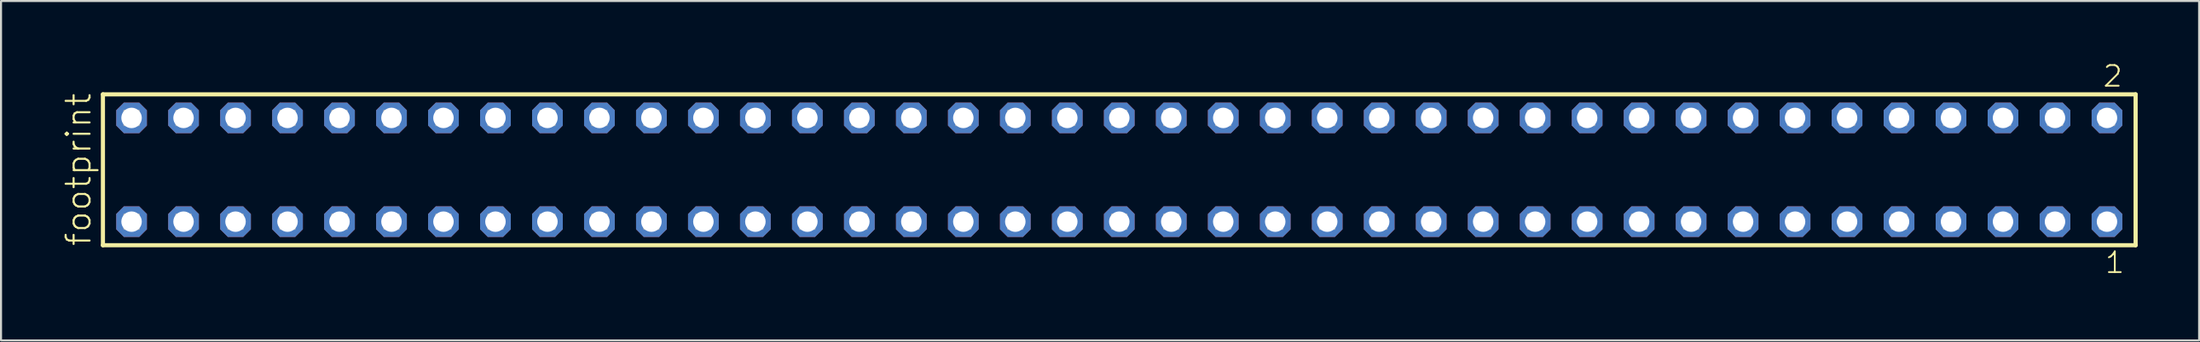
<source format=kicad_pcb>
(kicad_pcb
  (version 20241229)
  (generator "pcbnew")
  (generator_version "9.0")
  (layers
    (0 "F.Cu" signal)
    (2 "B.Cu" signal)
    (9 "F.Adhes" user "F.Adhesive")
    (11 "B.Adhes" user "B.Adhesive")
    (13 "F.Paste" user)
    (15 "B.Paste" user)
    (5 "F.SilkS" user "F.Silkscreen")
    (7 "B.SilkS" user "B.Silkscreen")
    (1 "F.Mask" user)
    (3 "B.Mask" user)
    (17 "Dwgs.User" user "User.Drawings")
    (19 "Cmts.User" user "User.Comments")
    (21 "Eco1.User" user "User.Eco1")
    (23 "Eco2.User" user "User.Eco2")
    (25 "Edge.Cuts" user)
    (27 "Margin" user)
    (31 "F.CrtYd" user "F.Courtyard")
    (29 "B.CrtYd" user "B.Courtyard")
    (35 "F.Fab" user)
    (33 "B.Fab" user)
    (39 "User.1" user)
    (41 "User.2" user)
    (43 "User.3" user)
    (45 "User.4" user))
  (footprint "footprint"
    (layer "F.Cu")
    (at 51.638 5.265)
    (property "Reference" "footprint" (at -50.165 3.81 90) (layer "F.SilkS") (effects (font (size 1.168 1.168) (thickness 0.102)) (justify left bottom)))
    (fp_line (start -49.659 -3.695) (end 49.659 -3.695) (stroke (width 0.203) (type solid)) (layer "F.SilkS"))
    (fp_line (start -49.659 3.695) (end -49.659 -3.695) (stroke (width 0.203) (type solid)) (layer "F.SilkS"))
    (fp_line (start 49.659 -3.695) (end 49.659 3.695) (stroke (width 0.203) (type solid)) (layer "F.SilkS"))
    (fp_line (start 49.659 3.695) (end -49.659 3.695) (stroke (width 0.203) (type solid)) (layer "F.SilkS"))
    (fp_poly (pts (xy -48.61 -2.19) (xy -47.91 -2.19) (xy -47.91 -2.89) (xy -48.61 -2.89)) (stroke (width 0.1) (type solid)) (fill no) (layer "F.Fab"))
    (fp_poly (pts (xy -48.61 2.89) (xy -47.91 2.89) (xy -47.91 2.19) (xy -48.61 2.19)) (stroke (width 0.1) (type solid)) (fill no) (layer "F.Fab"))
    (fp_poly (pts (xy -46.07 -2.19) (xy -45.37 -2.19) (xy -45.37 -2.89) (xy -46.07 -2.89)) (stroke (width 0.1) (type solid)) (fill no) (layer "F.Fab"))
    (fp_poly (pts (xy -46.07 2.89) (xy -45.37 2.89) (xy -45.37 2.19) (xy -46.07 2.19)) (stroke (width 0.1) (type solid)) (fill no) (layer "F.Fab"))
    (fp_poly (pts (xy -43.53 -2.19) (xy -42.83 -2.19) (xy -42.83 -2.89) (xy -43.53 -2.89)) (stroke (width 0.1) (type solid)) (fill no) (layer "F.Fab"))
    (fp_poly (pts (xy -43.53 2.89) (xy -42.83 2.89) (xy -42.83 2.19) (xy -43.53 2.19)) (stroke (width 0.1) (type solid)) (fill no) (layer "F.Fab"))
    (fp_poly (pts (xy -40.99 -2.19) (xy -40.29 -2.19) (xy -40.29 -2.89) (xy -40.99 -2.89)) (stroke (width 0.1) (type solid)) (fill no) (layer "F.Fab"))
    (fp_poly (pts (xy -40.99 2.89) (xy -40.29 2.89) (xy -40.29 2.19) (xy -40.99 2.19)) (stroke (width 0.1) (type solid)) (fill no) (layer "F.Fab"))
    (fp_poly (pts (xy -38.45 -2.19) (xy -37.75 -2.19) (xy -37.75 -2.89) (xy -38.45 -2.89)) (stroke (width 0.1) (type solid)) (fill no) (layer "F.Fab"))
    (fp_poly (pts (xy -38.45 2.89) (xy -37.75 2.89) (xy -37.75 2.19) (xy -38.45 2.19)) (stroke (width 0.1) (type solid)) (fill no) (layer "F.Fab"))
    (fp_poly (pts (xy -35.91 -2.19) (xy -35.21 -2.19) (xy -35.21 -2.89) (xy -35.91 -2.89)) (stroke (width 0.1) (type solid)) (fill no) (layer "F.Fab"))
    (fp_poly (pts (xy -35.91 2.89) (xy -35.21 2.89) (xy -35.21 2.19) (xy -35.91 2.19)) (stroke (width 0.1) (type solid)) (fill no) (layer "F.Fab"))
    (fp_poly (pts (xy -33.37 -2.19) (xy -32.67 -2.19) (xy -32.67 -2.89) (xy -33.37 -2.89)) (stroke (width 0.1) (type solid)) (fill no) (layer "F.Fab"))
    (fp_poly (pts (xy -33.37 2.89) (xy -32.67 2.89) (xy -32.67 2.19) (xy -33.37 2.19)) (stroke (width 0.1) (type solid)) (fill no) (layer "F.Fab"))
    (fp_poly (pts (xy -30.83 -2.19) (xy -30.13 -2.19) (xy -30.13 -2.89) (xy -30.83 -2.89)) (stroke (width 0.1) (type solid)) (fill no) (layer "F.Fab"))
    (fp_poly (pts (xy -30.83 2.89) (xy -30.13 2.89) (xy -30.13 2.19) (xy -30.83 2.19)) (stroke (width 0.1) (type solid)) (fill no) (layer "F.Fab"))
    (fp_poly (pts (xy -28.29 -2.19) (xy -27.59 -2.19) (xy -27.59 -2.89) (xy -28.29 -2.89)) (stroke (width 0.1) (type solid)) (fill no) (layer "F.Fab"))
    (fp_poly (pts (xy -28.29 2.89) (xy -27.59 2.89) (xy -27.59 2.19) (xy -28.29 2.19)) (stroke (width 0.1) (type solid)) (fill no) (layer "F.Fab"))
    (fp_poly (pts (xy -25.75 -2.19) (xy -25.05 -2.19) (xy -25.05 -2.89) (xy -25.75 -2.89)) (stroke (width 0.1) (type solid)) (fill no) (layer "F.Fab"))
    (fp_poly (pts (xy -25.75 2.89) (xy -25.05 2.89) (xy -25.05 2.19) (xy -25.75 2.19)) (stroke (width 0.1) (type solid)) (fill no) (layer "F.Fab"))
    (fp_poly (pts (xy -23.21 -2.19) (xy -22.51 -2.19) (xy -22.51 -2.89) (xy -23.21 -2.89)) (stroke (width 0.1) (type solid)) (fill no) (layer "F.Fab"))
    (fp_poly (pts (xy -23.21 2.89) (xy -22.51 2.89) (xy -22.51 2.19) (xy -23.21 2.19)) (stroke (width 0.1) (type solid)) (fill no) (layer "F.Fab"))
    (fp_poly (pts (xy -20.67 -2.19) (xy -19.97 -2.19) (xy -19.97 -2.89) (xy -20.67 -2.89)) (stroke (width 0.1) (type solid)) (fill no) (layer "F.Fab"))
    (fp_poly (pts (xy -20.67 2.89) (xy -19.97 2.89) (xy -19.97 2.19) (xy -20.67 2.19)) (stroke (width 0.1) (type solid)) (fill no) (layer "F.Fab"))
    (fp_poly (pts (xy -18.13 -2.19) (xy -17.43 -2.19) (xy -17.43 -2.89) (xy -18.13 -2.89)) (stroke (width 0.1) (type solid)) (fill no) (layer "F.Fab"))
    (fp_poly (pts (xy -18.13 2.89) (xy -17.43 2.89) (xy -17.43 2.19) (xy -18.13 2.19)) (stroke (width 0.1) (type solid)) (fill no) (layer "F.Fab"))
    (fp_poly (pts (xy -15.59 -2.19) (xy -14.89 -2.19) (xy -14.89 -2.89) (xy -15.59 -2.89)) (stroke (width 0.1) (type solid)) (fill no) (layer "F.Fab"))
    (fp_poly (pts (xy -15.59 2.89) (xy -14.89 2.89) (xy -14.89 2.19) (xy -15.59 2.19)) (stroke (width 0.1) (type solid)) (fill no) (layer "F.Fab"))
    (fp_poly (pts (xy -13.05 -2.19) (xy -12.35 -2.19) (xy -12.35 -2.89) (xy -13.05 -2.89)) (stroke (width 0.1) (type solid)) (fill no) (layer "F.Fab"))
    (fp_poly (pts (xy -13.05 2.89) (xy -12.35 2.89) (xy -12.35 2.19) (xy -13.05 2.19)) (stroke (width 0.1) (type solid)) (fill no) (layer "F.Fab"))
    (fp_poly (pts (xy -10.51 -2.19) (xy -9.81 -2.19) (xy -9.81 -2.89) (xy -10.51 -2.89)) (stroke (width 0.1) (type solid)) (fill no) (layer "F.Fab"))
    (fp_poly (pts (xy -10.51 2.89) (xy -9.81 2.89) (xy -9.81 2.19) (xy -10.51 2.19)) (stroke (width 0.1) (type solid)) (fill no) (layer "F.Fab"))
    (fp_poly (pts (xy -7.97 -2.19) (xy -7.27 -2.19) (xy -7.27 -2.89) (xy -7.97 -2.89)) (stroke (width 0.1) (type solid)) (fill no) (layer "F.Fab"))
    (fp_poly (pts (xy -7.97 2.89) (xy -7.27 2.89) (xy -7.27 2.19) (xy -7.97 2.19)) (stroke (width 0.1) (type solid)) (fill no) (layer "F.Fab"))
    (fp_poly (pts (xy -5.43 -2.19) (xy -4.73 -2.19) (xy -4.73 -2.89) (xy -5.43 -2.89)) (stroke (width 0.1) (type solid)) (fill no) (layer "F.Fab"))
    (fp_poly (pts (xy -5.43 2.89) (xy -4.73 2.89) (xy -4.73 2.19) (xy -5.43 2.19)) (stroke (width 0.1) (type solid)) (fill no) (layer "F.Fab"))
    (fp_poly (pts (xy -2.89 -2.19) (xy -2.19 -2.19) (xy -2.19 -2.89) (xy -2.89 -2.89)) (stroke (width 0.1) (type solid)) (fill no) (layer "F.Fab"))
    (fp_poly (pts (xy -2.89 2.89) (xy -2.19 2.89) (xy -2.19 2.19) (xy -2.89 2.19)) (stroke (width 0.1) (type solid)) (fill no) (layer "F.Fab"))
    (fp_poly (pts (xy -0.35 -2.19) (xy 0.35 -2.19) (xy 0.35 -2.89) (xy -0.35 -2.89)) (stroke (width 0.1) (type solid)) (fill no) (layer "F.Fab"))
    (fp_poly (pts (xy -0.35 2.89) (xy 0.35 2.89) (xy 0.35 2.19) (xy -0.35 2.19)) (stroke (width 0.1) (type solid)) (fill no) (layer "F.Fab"))
    (fp_poly (pts (xy 2.19 -2.19) (xy 2.89 -2.19) (xy 2.89 -2.89) (xy 2.19 -2.89)) (stroke (width 0.1) (type solid)) (fill no) (layer "F.Fab"))
    (fp_poly (pts (xy 2.19 2.89) (xy 2.89 2.89) (xy 2.89 2.19) (xy 2.19 2.19)) (stroke (width 0.1) (type solid)) (fill no) (layer "F.Fab"))
    (fp_poly (pts (xy 4.73 -2.19) (xy 5.43 -2.19) (xy 5.43 -2.89) (xy 4.73 -2.89)) (stroke (width 0.1) (type solid)) (fill no) (layer "F.Fab"))
    (fp_poly (pts (xy 4.73 2.89) (xy 5.43 2.89) (xy 5.43 2.19) (xy 4.73 2.19)) (stroke (width 0.1) (type solid)) (fill no) (layer "F.Fab"))
    (fp_poly (pts (xy 7.27 -2.19) (xy 7.97 -2.19) (xy 7.97 -2.89) (xy 7.27 -2.89)) (stroke (width 0.1) (type solid)) (fill no) (layer "F.Fab"))
    (fp_poly (pts (xy 7.27 2.89) (xy 7.97 2.89) (xy 7.97 2.19) (xy 7.27 2.19)) (stroke (width 0.1) (type solid)) (fill no) (layer "F.Fab"))
    (fp_poly (pts (xy 9.81 -2.19) (xy 10.51 -2.19) (xy 10.51 -2.89) (xy 9.81 -2.89)) (stroke (width 0.1) (type solid)) (fill no) (layer "F.Fab"))
    (fp_poly (pts (xy 9.81 2.89) (xy 10.51 2.89) (xy 10.51 2.19) (xy 9.81 2.19)) (stroke (width 0.1) (type solid)) (fill no) (layer "F.Fab"))
    (fp_poly (pts (xy 12.35 -2.19) (xy 13.05 -2.19) (xy 13.05 -2.89) (xy 12.35 -2.89)) (stroke (width 0.1) (type solid)) (fill no) (layer "F.Fab"))
    (fp_poly (pts (xy 12.35 2.89) (xy 13.05 2.89) (xy 13.05 2.19) (xy 12.35 2.19)) (stroke (width 0.1) (type solid)) (fill no) (layer "F.Fab"))
    (fp_poly (pts (xy 14.89 -2.19) (xy 15.59 -2.19) (xy 15.59 -2.89) (xy 14.89 -2.89)) (stroke (width 0.1) (type solid)) (fill no) (layer "F.Fab"))
    (fp_poly (pts (xy 14.89 2.89) (xy 15.59 2.89) (xy 15.59 2.19) (xy 14.89 2.19)) (stroke (width 0.1) (type solid)) (fill no) (layer "F.Fab"))
    (fp_poly (pts (xy 17.43 -2.19) (xy 18.13 -2.19) (xy 18.13 -2.89) (xy 17.43 -2.89)) (stroke (width 0.1) (type solid)) (fill no) (layer "F.Fab"))
    (fp_poly (pts (xy 17.43 2.89) (xy 18.13 2.89) (xy 18.13 2.19) (xy 17.43 2.19)) (stroke (width 0.1) (type solid)) (fill no) (layer "F.Fab"))
    (fp_poly (pts (xy 19.97 -2.19) (xy 20.67 -2.19) (xy 20.67 -2.89) (xy 19.97 -2.89)) (stroke (width 0.1) (type solid)) (fill no) (layer "F.Fab"))
    (fp_poly (pts (xy 19.97 2.89) (xy 20.67 2.89) (xy 20.67 2.19) (xy 19.97 2.19)) (stroke (width 0.1) (type solid)) (fill no) (layer "F.Fab"))
    (fp_poly (pts (xy 22.51 -2.19) (xy 23.21 -2.19) (xy 23.21 -2.89) (xy 22.51 -2.89)) (stroke (width 0.1) (type solid)) (fill no) (layer "F.Fab"))
    (fp_poly (pts (xy 22.51 2.89) (xy 23.21 2.89) (xy 23.21 2.19) (xy 22.51 2.19)) (stroke (width 0.1) (type solid)) (fill no) (layer "F.Fab"))
    (fp_poly (pts (xy 25.05 -2.19) (xy 25.75 -2.19) (xy 25.75 -2.89) (xy 25.05 -2.89)) (stroke (width 0.1) (type solid)) (fill no) (layer "F.Fab"))
    (fp_poly (pts (xy 25.05 2.89) (xy 25.75 2.89) (xy 25.75 2.19) (xy 25.05 2.19)) (stroke (width 0.1) (type solid)) (fill no) (layer "F.Fab"))
    (fp_poly (pts (xy 27.59 -2.19) (xy 28.29 -2.19) (xy 28.29 -2.89) (xy 27.59 -2.89)) (stroke (width 0.1) (type solid)) (fill no) (layer "F.Fab"))
    (fp_poly (pts (xy 27.59 2.89) (xy 28.29 2.89) (xy 28.29 2.19) (xy 27.59 2.19)) (stroke (width 0.1) (type solid)) (fill no) (layer "F.Fab"))
    (fp_poly (pts (xy 30.13 -2.19) (xy 30.83 -2.19) (xy 30.83 -2.89) (xy 30.13 -2.89)) (stroke (width 0.1) (type solid)) (fill no) (layer "F.Fab"))
    (fp_poly (pts (xy 30.13 2.89) (xy 30.83 2.89) (xy 30.83 2.19) (xy 30.13 2.19)) (stroke (width 0.1) (type solid)) (fill no) (layer "F.Fab"))
    (fp_poly (pts (xy 32.67 -2.19) (xy 33.37 -2.19) (xy 33.37 -2.89) (xy 32.67 -2.89)) (stroke (width 0.1) (type solid)) (fill no) (layer "F.Fab"))
    (fp_poly (pts (xy 32.67 2.89) (xy 33.37 2.89) (xy 33.37 2.19) (xy 32.67 2.19)) (stroke (width 0.1) (type solid)) (fill no) (layer "F.Fab"))
    (fp_poly (pts (xy 35.21 -2.19) (xy 35.91 -2.19) (xy 35.91 -2.89) (xy 35.21 -2.89)) (stroke (width 0.1) (type solid)) (fill no) (layer "F.Fab"))
    (fp_poly (pts (xy 35.21 2.89) (xy 35.91 2.89) (xy 35.91 2.19) (xy 35.21 2.19)) (stroke (width 0.1) (type solid)) (fill no) (layer "F.Fab"))
    (fp_poly (pts (xy 37.75 -2.19) (xy 38.45 -2.19) (xy 38.45 -2.89) (xy 37.75 -2.89)) (stroke (width 0.1) (type solid)) (fill no) (layer "F.Fab"))
    (fp_poly (pts (xy 37.75 2.89) (xy 38.45 2.89) (xy 38.45 2.19) (xy 37.75 2.19)) (stroke (width 0.1) (type solid)) (fill no) (layer "F.Fab"))
    (fp_poly (pts (xy 40.29 -2.19) (xy 40.99 -2.19) (xy 40.99 -2.89) (xy 40.29 -2.89)) (stroke (width 0.1) (type solid)) (fill no) (layer "F.Fab"))
    (fp_poly (pts (xy 40.29 2.89) (xy 40.99 2.89) (xy 40.99 2.19) (xy 40.29 2.19)) (stroke (width 0.1) (type solid)) (fill no) (layer "F.Fab"))
    (fp_poly (pts (xy 42.83 -2.19) (xy 43.53 -2.19) (xy 43.53 -2.89) (xy 42.83 -2.89)) (stroke (width 0.1) (type solid)) (fill no) (layer "F.Fab"))
    (fp_poly (pts (xy 42.83 2.89) (xy 43.53 2.89) (xy 43.53 2.19) (xy 42.83 2.19)) (stroke (width 0.1) (type solid)) (fill no) (layer "F.Fab"))
    (fp_poly (pts (xy 45.37 -2.19) (xy 46.07 -2.19) (xy 46.07 -2.89) (xy 45.37 -2.89)) (stroke (width 0.1) (type solid)) (fill no) (layer "F.Fab"))
    (fp_poly (pts (xy 45.37 2.89) (xy 46.07 2.89) (xy 46.07 2.19) (xy 45.37 2.19)) (stroke (width 0.1) (type solid)) (fill no) (layer "F.Fab"))
    (fp_poly (pts (xy 47.91 -2.19) (xy 48.61 -2.19) (xy 48.61 -2.89) (xy 47.91 -2.89)) (stroke (width 0.1) (type solid)) (fill no) (layer "F.Fab"))
    (fp_poly (pts (xy 47.91 2.89) (xy 48.61 2.89) (xy 48.61 2.19) (xy 47.91 2.19)) (stroke (width 0.1) (type solid)) (fill no) (layer "F.Fab"))
    (fp_text user "1" (at 48.102 5.138 0) (layer "F.SilkS") (effects (font (size 1.012 1.012) (thickness 0.088)) (justify left bottom)))
    (fp_text user "2" (at 48.002 -3.989 0) (layer "F.SilkS") (effects (font (size 1.012 1.012) (thickness 0.088)) (justify left bottom)))
    (pad "1" thru_hole roundrect (at 48.26 2.54 180) (size 1.5 1.5) (drill 1) (layers "*.Cu" "*.Mask") (roundrect_rratio 0.25) (chamfer_ratio 0.25) (chamfer top_left top_right bottom_left bottom_right))
    (pad "2" thru_hole roundrect (at 48.26 -2.54 180) (size 1.5 1.5) (drill 1) (layers "*.Cu" "*.Mask") (roundrect_rratio 0.25) (chamfer_ratio 0.25) (chamfer top_left top_right bottom_left bottom_right))
    (pad "3" thru_hole roundrect (at 45.72 2.54 180) (size 1.5 1.5) (drill 1) (layers "*.Cu" "*.Mask") (roundrect_rratio 0.25) (chamfer_ratio 0.25) (chamfer top_left top_right bottom_left bottom_right))
    (pad "4" thru_hole roundrect (at 45.72 -2.54 180) (size 1.5 1.5) (drill 1) (layers "*.Cu" "*.Mask") (roundrect_rratio 0.25) (chamfer_ratio 0.25) (chamfer top_left top_right bottom_left bottom_right))
    (pad "5" thru_hole roundrect (at 43.18 2.54 180) (size 1.5 1.5) (drill 1) (layers "*.Cu" "*.Mask") (roundrect_rratio 0.25) (chamfer_ratio 0.25) (chamfer top_left top_right bottom_left bottom_right))
    (pad "6" thru_hole roundrect (at 43.18 -2.54 180) (size 1.5 1.5) (drill 1) (layers "*.Cu" "*.Mask") (roundrect_rratio 0.25) (chamfer_ratio 0.25) (chamfer top_left top_right bottom_left bottom_right))
    (pad "7" thru_hole roundrect (at 40.64 2.54 180) (size 1.5 1.5) (drill 1) (layers "*.Cu" "*.Mask") (roundrect_rratio 0.25) (chamfer_ratio 0.25) (chamfer top_left top_right bottom_left bottom_right))
    (pad "8" thru_hole roundrect (at 40.64 -2.54 180) (size 1.5 1.5) (drill 1) (layers "*.Cu" "*.Mask") (roundrect_rratio 0.25) (chamfer_ratio 0.25) (chamfer top_left top_right bottom_left bottom_right))
    (pad "9" thru_hole roundrect (at 38.1 2.54 180) (size 1.5 1.5) (drill 1) (layers "*.Cu" "*.Mask") (roundrect_rratio 0.25) (chamfer_ratio 0.25) (chamfer top_left top_right bottom_left bottom_right))
    (pad "10" thru_hole roundrect (at 38.1 -2.54 180) (size 1.5 1.5) (drill 1) (layers "*.Cu" "*.Mask") (roundrect_rratio 0.25) (chamfer_ratio 0.25) (chamfer top_left top_right bottom_left bottom_right))
    (pad "11" thru_hole roundrect (at 35.56 2.54 180) (size 1.5 1.5) (drill 1) (layers "*.Cu" "*.Mask") (roundrect_rratio 0.25) (chamfer_ratio 0.25) (chamfer top_left top_right bottom_left bottom_right))
    (pad "12" thru_hole roundrect (at 35.56 -2.54 180) (size 1.5 1.5) (drill 1) (layers "*.Cu" "*.Mask") (roundrect_rratio 0.25) (chamfer_ratio 0.25) (chamfer top_left top_right bottom_left bottom_right))
    (pad "13" thru_hole roundrect (at 33.02 2.54 180) (size 1.5 1.5) (drill 1) (layers "*.Cu" "*.Mask") (roundrect_rratio 0.25) (chamfer_ratio 0.25) (chamfer top_left top_right bottom_left bottom_right))
    (pad "14" thru_hole roundrect (at 33.02 -2.54 180) (size 1.5 1.5) (drill 1) (layers "*.Cu" "*.Mask") (roundrect_rratio 0.25) (chamfer_ratio 0.25) (chamfer top_left top_right bottom_left bottom_right))
    (pad "15" thru_hole roundrect (at 30.48 2.54 180) (size 1.5 1.5) (drill 1) (layers "*.Cu" "*.Mask") (roundrect_rratio 0.25) (chamfer_ratio 0.25) (chamfer top_left top_right bottom_left bottom_right))
    (pad "16" thru_hole roundrect (at 30.48 -2.54 180) (size 1.5 1.5) (drill 1) (layers "*.Cu" "*.Mask") (roundrect_rratio 0.25) (chamfer_ratio 0.25) (chamfer top_left top_right bottom_left bottom_right))
    (pad "17" thru_hole roundrect (at 27.94 2.54 180) (size 1.5 1.5) (drill 1) (layers "*.Cu" "*.Mask") (roundrect_rratio 0.25) (chamfer_ratio 0.25) (chamfer top_left top_right bottom_left bottom_right))
    (pad "18" thru_hole roundrect (at 27.94 -2.54 180) (size 1.5 1.5) (drill 1) (layers "*.Cu" "*.Mask") (roundrect_rratio 0.25) (chamfer_ratio 0.25) (chamfer top_left top_right bottom_left bottom_right))
    (pad "19" thru_hole roundrect (at 25.4 2.54 180) (size 1.5 1.5) (drill 1) (layers "*.Cu" "*.Mask") (roundrect_rratio 0.25) (chamfer_ratio 0.25) (chamfer top_left top_right bottom_left bottom_right))
    (pad "20" thru_hole roundrect (at 25.4 -2.54 180) (size 1.5 1.5) (drill 1) (layers "*.Cu" "*.Mask") (roundrect_rratio 0.25) (chamfer_ratio 0.25) (chamfer top_left top_right bottom_left bottom_right))
    (pad "21" thru_hole roundrect (at 22.86 2.54 180) (size 1.5 1.5) (drill 1) (layers "*.Cu" "*.Mask") (roundrect_rratio 0.25) (chamfer_ratio 0.25) (chamfer top_left top_right bottom_left bottom_right))
    (pad "22" thru_hole roundrect (at 22.86 -2.54 180) (size 1.5 1.5) (drill 1) (layers "*.Cu" "*.Mask") (roundrect_rratio 0.25) (chamfer_ratio 0.25) (chamfer top_left top_right bottom_left bottom_right))
    (pad "23" thru_hole roundrect (at 20.32 2.54 180) (size 1.5 1.5) (drill 1) (layers "*.Cu" "*.Mask") (roundrect_rratio 0.25) (chamfer_ratio 0.25) (chamfer top_left top_right bottom_left bottom_right))
    (pad "24" thru_hole roundrect (at 20.32 -2.54 180) (size 1.5 1.5) (drill 1) (layers "*.Cu" "*.Mask") (roundrect_rratio 0.25) (chamfer_ratio 0.25) (chamfer top_left top_right bottom_left bottom_right))
    (pad "25" thru_hole roundrect (at 17.78 2.54 180) (size 1.5 1.5) (drill 1) (layers "*.Cu" "*.Mask") (roundrect_rratio 0.25) (chamfer_ratio 0.25) (chamfer top_left top_right bottom_left bottom_right))
    (pad "26" thru_hole roundrect (at 17.78 -2.54 180) (size 1.5 1.5) (drill 1) (layers "*.Cu" "*.Mask") (roundrect_rratio 0.25) (chamfer_ratio 0.25) (chamfer top_left top_right bottom_left bottom_right))
    (pad "27" thru_hole roundrect (at 15.24 2.54 180) (size 1.5 1.5) (drill 1) (layers "*.Cu" "*.Mask") (roundrect_rratio 0.25) (chamfer_ratio 0.25) (chamfer top_left top_right bottom_left bottom_right))
    (pad "28" thru_hole roundrect (at 15.24 -2.54 180) (size 1.5 1.5) (drill 1) (layers "*.Cu" "*.Mask") (roundrect_rratio 0.25) (chamfer_ratio 0.25) (chamfer top_left top_right bottom_left bottom_right))
    (pad "29" thru_hole roundrect (at 12.7 2.54 180) (size 1.5 1.5) (drill 1) (layers "*.Cu" "*.Mask") (roundrect_rratio 0.25) (chamfer_ratio 0.25) (chamfer top_left top_right bottom_left bottom_right))
    (pad "30" thru_hole roundrect (at 12.7 -2.54 180) (size 1.5 1.5) (drill 1) (layers "*.Cu" "*.Mask") (roundrect_rratio 0.25) (chamfer_ratio 0.25) (chamfer top_left top_right bottom_left bottom_right))
    (pad "31" thru_hole roundrect (at 10.16 2.54 180) (size 1.5 1.5) (drill 1) (layers "*.Cu" "*.Mask") (roundrect_rratio 0.25) (chamfer_ratio 0.25) (chamfer top_left top_right bottom_left bottom_right))
    (pad "32" thru_hole roundrect (at 10.16 -2.54 180) (size 1.5 1.5) (drill 1) (layers "*.Cu" "*.Mask") (roundrect_rratio 0.25) (chamfer_ratio 0.25) (chamfer top_left top_right bottom_left bottom_right))
    (pad "33" thru_hole roundrect (at 7.62 2.54 180) (size 1.5 1.5) (drill 1) (layers "*.Cu" "*.Mask") (roundrect_rratio 0.25) (chamfer_ratio 0.25) (chamfer top_left top_right bottom_left bottom_right))
    (pad "34" thru_hole roundrect (at 7.62 -2.54 180) (size 1.5 1.5) (drill 1) (layers "*.Cu" "*.Mask") (roundrect_rratio 0.25) (chamfer_ratio 0.25) (chamfer top_left top_right bottom_left bottom_right))
    (pad "35" thru_hole roundrect (at 5.08 2.54 180) (size 1.5 1.5) (drill 1) (layers "*.Cu" "*.Mask") (roundrect_rratio 0.25) (chamfer_ratio 0.25) (chamfer top_left top_right bottom_left bottom_right))
    (pad "36" thru_hole roundrect (at 5.08 -2.54 180) (size 1.5 1.5) (drill 1) (layers "*.Cu" "*.Mask") (roundrect_rratio 0.25) (chamfer_ratio 0.25) (chamfer top_left top_right bottom_left bottom_right))
    (pad "37" thru_hole roundrect (at 2.54 2.54 180) (size 1.5 1.5) (drill 1) (layers "*.Cu" "*.Mask") (roundrect_rratio 0.25) (chamfer_ratio 0.25) (chamfer top_left top_right bottom_left bottom_right))
    (pad "38" thru_hole roundrect (at 2.54 -2.54 180) (size 1.5 1.5) (drill 1) (layers "*.Cu" "*.Mask") (roundrect_rratio 0.25) (chamfer_ratio 0.25) (chamfer top_left top_right bottom_left bottom_right))
    (pad "39" thru_hole roundrect (at 0 2.54 180) (size 1.5 1.5) (drill 1) (layers "*.Cu" "*.Mask") (roundrect_rratio 0.25) (chamfer_ratio 0.25) (chamfer top_left top_right bottom_left bottom_right))
    (pad "40" thru_hole roundrect (at 0 -2.54 180) (size 1.5 1.5) (drill 1) (layers "*.Cu" "*.Mask") (roundrect_rratio 0.25) (chamfer_ratio 0.25) (chamfer top_left top_right bottom_left bottom_right))
    (pad "41" thru_hole roundrect (at -2.54 2.54 180) (size 1.5 1.5) (drill 1) (layers "*.Cu" "*.Mask") (roundrect_rratio 0.25) (chamfer_ratio 0.25) (chamfer top_left top_right bottom_left bottom_right))
    (pad "42" thru_hole roundrect (at -2.54 -2.54 180) (size 1.5 1.5) (drill 1) (layers "*.Cu" "*.Mask") (roundrect_rratio 0.25) (chamfer_ratio 0.25) (chamfer top_left top_right bottom_left bottom_right))
    (pad "43" thru_hole roundrect (at -5.08 2.54 180) (size 1.5 1.5) (drill 1) (layers "*.Cu" "*.Mask") (roundrect_rratio 0.25) (chamfer_ratio 0.25) (chamfer top_left top_right bottom_left bottom_right))
    (pad "44" thru_hole roundrect (at -5.08 -2.54 180) (size 1.5 1.5) (drill 1) (layers "*.Cu" "*.Mask") (roundrect_rratio 0.25) (chamfer_ratio 0.25) (chamfer top_left top_right bottom_left bottom_right))
    (pad "45" thru_hole roundrect (at -7.62 2.54 180) (size 1.5 1.5) (drill 1) (layers "*.Cu" "*.Mask") (roundrect_rratio 0.25) (chamfer_ratio 0.25) (chamfer top_left top_right bottom_left bottom_right))
    (pad "46" thru_hole roundrect (at -7.62 -2.54 180) (size 1.5 1.5) (drill 1) (layers "*.Cu" "*.Mask") (roundrect_rratio 0.25) (chamfer_ratio 0.25) (chamfer top_left top_right bottom_left bottom_right))
    (pad "47" thru_hole roundrect (at -10.16 2.54 180) (size 1.5 1.5) (drill 1) (layers "*.Cu" "*.Mask") (roundrect_rratio 0.25) (chamfer_ratio 0.25) (chamfer top_left top_right bottom_left bottom_right))
    (pad "48" thru_hole roundrect (at -10.16 -2.54 180) (size 1.5 1.5) (drill 1) (layers "*.Cu" "*.Mask") (roundrect_rratio 0.25) (chamfer_ratio 0.25) (chamfer top_left top_right bottom_left bottom_right))
    (pad "49" thru_hole roundrect (at -12.7 2.54 180) (size 1.5 1.5) (drill 1) (layers "*.Cu" "*.Mask") (roundrect_rratio 0.25) (chamfer_ratio 0.25) (chamfer top_left top_right bottom_left bottom_right))
    (pad "50" thru_hole roundrect (at -12.7 -2.54 180) (size 1.5 1.5) (drill 1) (layers "*.Cu" "*.Mask") (roundrect_rratio 0.25) (chamfer_ratio 0.25) (chamfer top_left top_right bottom_left bottom_right))
    (pad "51" thru_hole roundrect (at -15.24 2.54 180) (size 1.5 1.5) (drill 1) (layers "*.Cu" "*.Mask") (roundrect_rratio 0.25) (chamfer_ratio 0.25) (chamfer top_left top_right bottom_left bottom_right))
    (pad "52" thru_hole roundrect (at -15.24 -2.54 180) (size 1.5 1.5) (drill 1) (layers "*.Cu" "*.Mask") (roundrect_rratio 0.25) (chamfer_ratio 0.25) (chamfer top_left top_right bottom_left bottom_right))
    (pad "53" thru_hole roundrect (at -17.78 2.54 180) (size 1.5 1.5) (drill 1) (layers "*.Cu" "*.Mask") (roundrect_rratio 0.25) (chamfer_ratio 0.25) (chamfer top_left top_right bottom_left bottom_right))
    (pad "54" thru_hole roundrect (at -17.78 -2.54 180) (size 1.5 1.5) (drill 1) (layers "*.Cu" "*.Mask") (roundrect_rratio 0.25) (chamfer_ratio 0.25) (chamfer top_left top_right bottom_left bottom_right))
    (pad "55" thru_hole roundrect (at -20.32 2.54 180) (size 1.5 1.5) (drill 1) (layers "*.Cu" "*.Mask") (roundrect_rratio 0.25) (chamfer_ratio 0.25) (chamfer top_left top_right bottom_left bottom_right))
    (pad "56" thru_hole roundrect (at -20.32 -2.54 180) (size 1.5 1.5) (drill 1) (layers "*.Cu" "*.Mask") (roundrect_rratio 0.25) (chamfer_ratio 0.25) (chamfer top_left top_right bottom_left bottom_right))
    (pad "57" thru_hole roundrect (at -22.86 2.54 180) (size 1.5 1.5) (drill 1) (layers "*.Cu" "*.Mask") (roundrect_rratio 0.25) (chamfer_ratio 0.25) (chamfer top_left top_right bottom_left bottom_right))
    (pad "58" thru_hole roundrect (at -22.86 -2.54 180) (size 1.5 1.5) (drill 1) (layers "*.Cu" "*.Mask") (roundrect_rratio 0.25) (chamfer_ratio 0.25) (chamfer top_left top_right bottom_left bottom_right))
    (pad "59" thru_hole roundrect (at -25.4 2.54 180) (size 1.5 1.5) (drill 1) (layers "*.Cu" "*.Mask") (roundrect_rratio 0.25) (chamfer_ratio 0.25) (chamfer top_left top_right bottom_left bottom_right))
    (pad "60" thru_hole roundrect (at -25.4 -2.54 180) (size 1.5 1.5) (drill 1) (layers "*.Cu" "*.Mask") (roundrect_rratio 0.25) (chamfer_ratio 0.25) (chamfer top_left top_right bottom_left bottom_right))
    (pad "61" thru_hole roundrect (at -27.94 2.54 180) (size 1.5 1.5) (drill 1) (layers "*.Cu" "*.Mask") (roundrect_rratio 0.25) (chamfer_ratio 0.25) (chamfer top_left top_right bottom_left bottom_right))
    (pad "62" thru_hole roundrect (at -27.94 -2.54 180) (size 1.5 1.5) (drill 1) (layers "*.Cu" "*.Mask") (roundrect_rratio 0.25) (chamfer_ratio 0.25) (chamfer top_left top_right bottom_left bottom_right))
    (pad "63" thru_hole roundrect (at -30.48 2.54 180) (size 1.5 1.5) (drill 1) (layers "*.Cu" "*.Mask") (roundrect_rratio 0.25) (chamfer_ratio 0.25) (chamfer top_left top_right bottom_left bottom_right))
    (pad "64" thru_hole roundrect (at -30.48 -2.54 180) (size 1.5 1.5) (drill 1) (layers "*.Cu" "*.Mask") (roundrect_rratio 0.25) (chamfer_ratio 0.25) (chamfer top_left top_right bottom_left bottom_right))
    (pad "65" thru_hole roundrect (at -33.02 2.54 180) (size 1.5 1.5) (drill 1) (layers "*.Cu" "*.Mask") (roundrect_rratio 0.25) (chamfer_ratio 0.25) (chamfer top_left top_right bottom_left bottom_right))
    (pad "66" thru_hole roundrect (at -33.02 -2.54 180) (size 1.5 1.5) (drill 1) (layers "*.Cu" "*.Mask") (roundrect_rratio 0.25) (chamfer_ratio 0.25) (chamfer top_left top_right bottom_left bottom_right))
    (pad "67" thru_hole roundrect (at -35.56 2.54 180) (size 1.5 1.5) (drill 1) (layers "*.Cu" "*.Mask") (roundrect_rratio 0.25) (chamfer_ratio 0.25) (chamfer top_left top_right bottom_left bottom_right))
    (pad "68" thru_hole roundrect (at -35.56 -2.54 180) (size 1.5 1.5) (drill 1) (layers "*.Cu" "*.Mask") (roundrect_rratio 0.25) (chamfer_ratio 0.25) (chamfer top_left top_right bottom_left bottom_right))
    (pad "69" thru_hole roundrect (at -38.1 2.54 180) (size 1.5 1.5) (drill 1) (layers "*.Cu" "*.Mask") (roundrect_rratio 0.25) (chamfer_ratio 0.25) (chamfer top_left top_right bottom_left bottom_right))
    (pad "70" thru_hole roundrect (at -38.1 -2.54 180) (size 1.5 1.5) (drill 1) (layers "*.Cu" "*.Mask") (roundrect_rratio 0.25) (chamfer_ratio 0.25) (chamfer top_left top_right bottom_left bottom_right))
    (pad "71" thru_hole roundrect (at -40.64 2.54 180) (size 1.5 1.5) (drill 1) (layers "*.Cu" "*.Mask") (roundrect_rratio 0.25) (chamfer_ratio 0.25) (chamfer top_left top_right bottom_left bottom_right))
    (pad "72" thru_hole roundrect (at -40.64 -2.54 180) (size 1.5 1.5) (drill 1) (layers "*.Cu" "*.Mask") (roundrect_rratio 0.25) (chamfer_ratio 0.25) (chamfer top_left top_right bottom_left bottom_right))
    (pad "73" thru_hole roundrect (at -43.18 2.54 180) (size 1.5 1.5) (drill 1) (layers "*.Cu" "*.Mask") (roundrect_rratio 0.25) (chamfer_ratio 0.25) (chamfer top_left top_right bottom_left bottom_right))
    (pad "74" thru_hole roundrect (at -43.18 -2.54 180) (size 1.5 1.5) (drill 1) (layers "*.Cu" "*.Mask") (roundrect_rratio 0.25) (chamfer_ratio 0.25) (chamfer top_left top_right bottom_left bottom_right))
    (pad "75" thru_hole roundrect (at -45.72 2.54 180) (size 1.5 1.5) (drill 1) (layers "*.Cu" "*.Mask") (roundrect_rratio 0.25) (chamfer_ratio 0.25) (chamfer top_left top_right bottom_left bottom_right))
    (pad "76" thru_hole roundrect (at -45.72 -2.54 180) (size 1.5 1.5) (drill 1) (layers "*.Cu" "*.Mask") (roundrect_rratio 0.25) (chamfer_ratio 0.25) (chamfer top_left top_right bottom_left bottom_right))
    (pad "77" thru_hole roundrect (at -48.26 2.54 180) (size 1.5 1.5) (drill 1) (layers "*.Cu" "*.Mask") (roundrect_rratio 0.25) (chamfer_ratio 0.25) (chamfer top_left top_right bottom_left bottom_right))
    (pad "78" thru_hole roundrect (at -48.26 -2.54 180) (size 1.5 1.5) (drill 1) (layers "*.Cu" "*.Mask") (roundrect_rratio 0.25) (chamfer_ratio 0.25) (chamfer top_left top_right bottom_left bottom_right)))
  (gr_rect
    (start -3 -3)
    (end 104.399 13.62)
    (stroke (width 0.1) (type default))
    (fill no)
    (layer "Edge.Cuts")))
</source>
